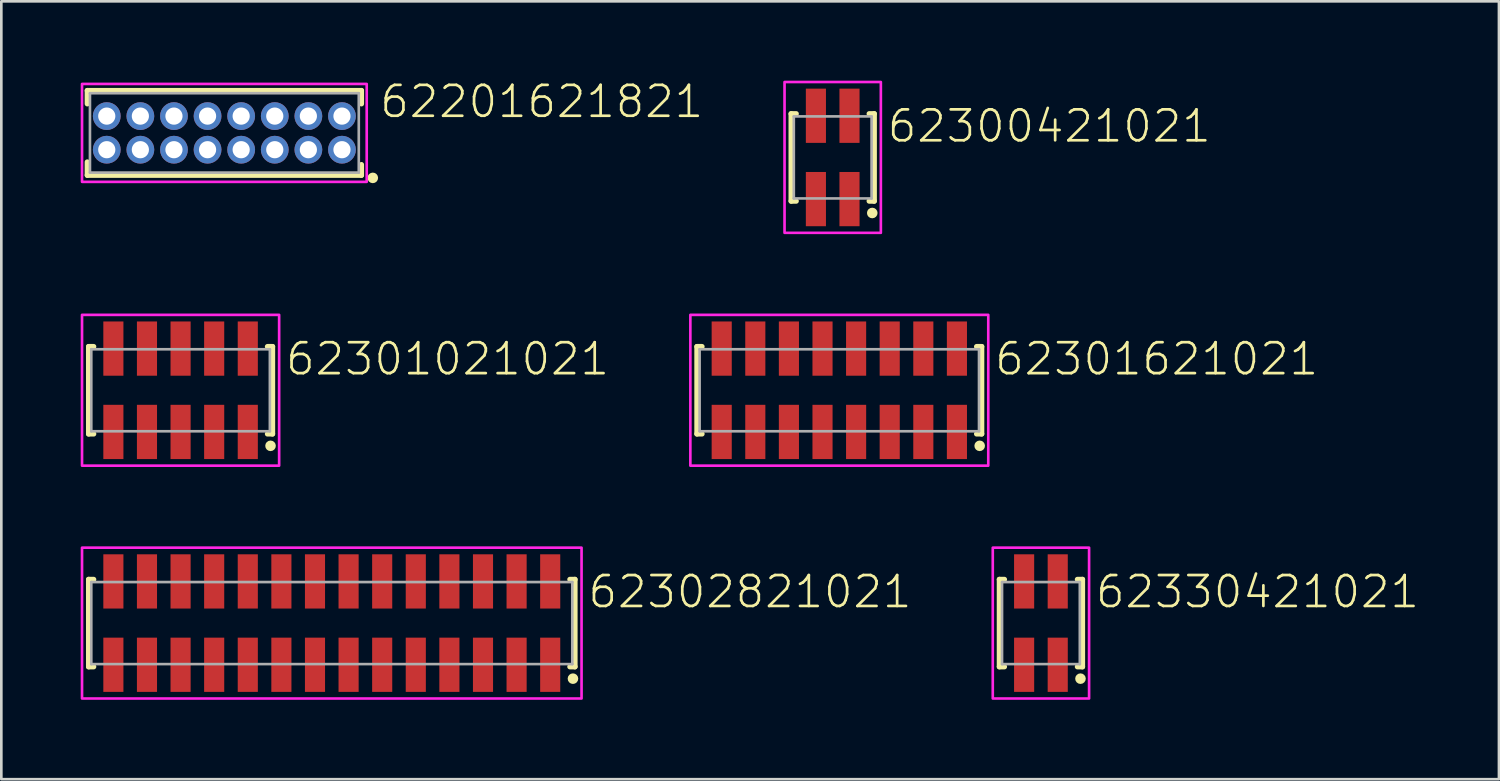
<source format=kicad_pcb>
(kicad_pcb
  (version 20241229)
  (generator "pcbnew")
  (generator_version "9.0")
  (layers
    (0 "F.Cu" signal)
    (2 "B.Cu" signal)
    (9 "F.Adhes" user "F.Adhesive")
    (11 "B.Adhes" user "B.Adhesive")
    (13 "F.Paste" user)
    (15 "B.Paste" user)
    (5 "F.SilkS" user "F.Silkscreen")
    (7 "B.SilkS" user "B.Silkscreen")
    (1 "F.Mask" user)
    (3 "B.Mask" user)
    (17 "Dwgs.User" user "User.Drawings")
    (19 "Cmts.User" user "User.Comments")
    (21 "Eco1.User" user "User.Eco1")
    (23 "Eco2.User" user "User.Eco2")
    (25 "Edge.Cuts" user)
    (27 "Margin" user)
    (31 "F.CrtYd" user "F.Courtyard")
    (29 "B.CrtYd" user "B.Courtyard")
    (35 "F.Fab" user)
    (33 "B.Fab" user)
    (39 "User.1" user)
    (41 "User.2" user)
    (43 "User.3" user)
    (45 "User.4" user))
  (footprint "62301621021"
    (layer "F.Cu")
    (at 28.672 11.7)
    (property "Reference" "62301621021" (at 5.81 -0.5 0) (unlocked yes) (layer "F.SilkS") (effects (font (size 1.168 1.168) (thickness 0.102)) (justify left bottom)))
    (fp_line (start -5.38 -1.65) (end -5.38 1.65) (stroke (width 0.2) (type solid)) (layer "F.SilkS"))
    (fp_line (start -5.38 1.65) (end -5.19 1.65) (stroke (width 0.2) (type solid)) (layer "F.SilkS"))
    (fp_line (start -5.19 -1.65) (end -5.38 -1.65) (stroke (width 0.2) (type solid)) (layer "F.SilkS"))
    (fp_line (start 5.19 -1.65) (end 5.38 -1.65) (stroke (width 0.2) (type solid)) (layer "F.SilkS"))
    (fp_line (start 5.38 -1.65) (end 5.38 1.65) (stroke (width 0.2) (type solid)) (layer "F.SilkS"))
    (fp_line (start 5.38 1.65) (end 5.19 1.65) (stroke (width 0.2) (type solid)) (layer "F.SilkS"))
    (fp_circle (center 5.305 2.1) (end 5.405 2.1) (stroke (width 0.2) (type solid)) (fill no) (layer "F.SilkS"))
    (fp_poly (pts (xy 5.63 2.85) (xy -5.63 2.85) (xy -5.63 -2.85) (xy 5.63 -2.85)) (stroke (width 0.1) (type default)) (fill no) (layer "F.CrtYd"))
    (fp_line (start -5.28 -1.55) (end -5.28 1.55) (stroke (width 0.1) (type solid)) (layer "F.Fab"))
    (fp_line (start -5.28 1.55) (end 5.28 1.55) (stroke (width 0.1) (type solid)) (layer "F.Fab"))
    (fp_line (start 5.28 -1.55) (end -5.28 -1.55) (stroke (width 0.1) (type solid)) (layer "F.Fab"))
    (fp_line (start 5.28 1.55) (end 5.28 -1.55) (stroke (width 0.1) (type solid)) (layer "F.Fab"))
    (pad "1" smd rect (at 4.445 1.575 180) (size 0.76 2.05) (layers "F.Cu" "F.Mask" "F.Paste"))
    (pad "2" smd rect (at 4.445 -1.575 180) (size 0.76 2.05) (layers "F.Cu" "F.Mask" "F.Paste"))
    (pad "3" smd rect (at 3.175 1.575 180) (size 0.76 2.05) (layers "F.Cu" "F.Mask" "F.Paste"))
    (pad "4" smd rect (at 3.175 -1.575 180) (size 0.76 2.05) (layers "F.Cu" "F.Mask" "F.Paste"))
    (pad "5" smd rect (at 1.905 1.575 180) (size 0.76 2.05) (layers "F.Cu" "F.Mask" "F.Paste"))
    (pad "6" smd rect (at 1.905 -1.575 180) (size 0.76 2.05) (layers "F.Cu" "F.Mask" "F.Paste"))
    (pad "7" smd rect (at 0.635 1.575 180) (size 0.76 2.05) (layers "F.Cu" "F.Mask" "F.Paste"))
    (pad "8" smd rect (at 0.635 -1.575 180) (size 0.76 2.05) (layers "F.Cu" "F.Mask" "F.Paste"))
    (pad "9" smd rect (at -0.635 1.575 180) (size 0.76 2.05) (layers "F.Cu" "F.Mask" "F.Paste"))
    (pad "10" smd rect (at -0.635 -1.575 180) (size 0.76 2.05) (layers "F.Cu" "F.Mask" "F.Paste"))
    (pad "11" smd rect (at -1.905 1.575 180) (size 0.76 2.05) (layers "F.Cu" "F.Mask" "F.Paste"))
    (pad "12" smd rect (at -1.905 -1.575 180) (size 0.76 2.05) (layers "F.Cu" "F.Mask" "F.Paste"))
    (pad "13" smd rect (at -3.175 1.575 180) (size 0.76 2.05) (layers "F.Cu" "F.Mask" "F.Paste"))
    (pad "14" smd rect (at -3.175 -1.575 180) (size 0.76 2.05) (layers "F.Cu" "F.Mask" "F.Paste"))
    (pad "15" smd rect (at -4.445 1.575 180) (size 0.76 2.05) (layers "F.Cu" "F.Mask" "F.Paste"))
    (pad "16" smd rect (at -4.445 -1.575 180) (size 0.76 2.05) (layers "F.Cu" "F.Mask" "F.Paste")))
  (footprint "62300421021"
    (layer "F.Cu")
    (at 28.422 2.9)
    (property "Reference" "62300421021" (at 2 -0.5 0) (unlocked yes) (layer "F.SilkS") (effects (font (size 1.168 1.168) (thickness 0.102)) (justify left bottom)))
    (fp_line (start -1.57 -1.65) (end -1.57 1.65) (stroke (width 0.2) (type solid)) (layer "F.SilkS"))
    (fp_line (start -1.57 1.65) (end -1.38 1.65) (stroke (width 0.2) (type solid)) (layer "F.SilkS"))
    (fp_line (start -1.38 -1.65) (end -1.57 -1.65) (stroke (width 0.2) (type solid)) (layer "F.SilkS"))
    (fp_line (start 1.38 -1.65) (end 1.57 -1.65) (stroke (width 0.2) (type solid)) (layer "F.SilkS"))
    (fp_line (start 1.57 -1.65) (end 1.57 1.65) (stroke (width 0.2) (type solid)) (layer "F.SilkS"))
    (fp_line (start 1.57 1.65) (end 1.38 1.65) (stroke (width 0.2) (type solid)) (layer "F.SilkS"))
    (fp_circle (center 1.495 2.1) (end 1.595 2.1) (stroke (width 0.2) (type solid)) (fill no) (layer "F.SilkS"))
    (fp_poly (pts (xy 1.82 2.85) (xy -1.82 2.85) (xy -1.82 -2.85) (xy 1.82 -2.85)) (stroke (width 0.1) (type default)) (fill no) (layer "F.CrtYd"))
    (fp_line (start -1.47 -1.55) (end -1.47 1.55) (stroke (width 0.1) (type solid)) (layer "F.Fab"))
    (fp_line (start -1.47 1.55) (end 1.47 1.55) (stroke (width 0.1) (type solid)) (layer "F.Fab"))
    (fp_line (start 1.47 -1.55) (end -1.47 -1.55) (stroke (width 0.1) (type solid)) (layer "F.Fab"))
    (fp_line (start 1.47 1.55) (end 1.47 -1.55) (stroke (width 0.1) (type solid)) (layer "F.Fab"))
    (pad "1" smd rect (at 0.635 1.575 180) (size 0.76 2.05) (layers "F.Cu" "F.Mask" "F.Paste"))
    (pad "2" smd rect (at 0.635 -1.575 180) (size 0.76 2.05) (layers "F.Cu" "F.Mask" "F.Paste"))
    (pad "3" smd rect (at -0.635 1.575 180) (size 0.76 2.05) (layers "F.Cu" "F.Mask" "F.Paste"))
    (pad "4" smd rect (at -0.635 -1.575 180) (size 0.76 2.05) (layers "F.Cu" "F.Mask" "F.Paste")))
  (footprint "62302821021"
    (layer "F.Cu")
    (at 9.49 20.5)
    (property "Reference" "62302821021" (at 9.62 -0.5 0) (unlocked yes) (layer "F.SilkS") (effects (font (size 1.168 1.168) (thickness 0.102)) (justify left bottom)))
    (fp_line (start -9.19 -1.65) (end -9.19 1.65) (stroke (width 0.2) (type solid)) (layer "F.SilkS"))
    (fp_line (start -9.19 1.65) (end -9 1.65) (stroke (width 0.2) (type solid)) (layer "F.SilkS"))
    (fp_line (start -9 -1.65) (end -9.19 -1.65) (stroke (width 0.2) (type solid)) (layer "F.SilkS"))
    (fp_line (start 9 -1.65) (end 9.19 -1.65) (stroke (width 0.2) (type solid)) (layer "F.SilkS"))
    (fp_line (start 9.19 -1.65) (end 9.19 1.65) (stroke (width 0.2) (type solid)) (layer "F.SilkS"))
    (fp_line (start 9.19 1.65) (end 9 1.65) (stroke (width 0.2) (type solid)) (layer "F.SilkS"))
    (fp_circle (center 9.115 2.1) (end 9.215 2.1) (stroke (width 0.2) (type solid)) (fill no) (layer "F.SilkS"))
    (fp_poly (pts (xy 9.44 2.85) (xy -9.44 2.85) (xy -9.44 -2.85) (xy 9.44 -2.85)) (stroke (width 0.1) (type default)) (fill no) (layer "F.CrtYd"))
    (fp_line (start -9.09 -1.55) (end -9.09 1.55) (stroke (width 0.1) (type solid)) (layer "F.Fab"))
    (fp_line (start -9.09 1.55) (end 9.09 1.55) (stroke (width 0.1) (type solid)) (layer "F.Fab"))
    (fp_line (start 9.09 -1.55) (end -9.09 -1.55) (stroke (width 0.1) (type solid)) (layer "F.Fab"))
    (fp_line (start 9.09 1.55) (end 9.09 -1.55) (stroke (width 0.1) (type solid)) (layer "F.Fab"))
    (pad "1" smd rect (at 8.255 1.575 180) (size 0.76 2.05) (layers "F.Cu" "F.Mask" "F.Paste"))
    (pad "2" smd rect (at 8.255 -1.575 180) (size 0.76 2.05) (layers "F.Cu" "F.Mask" "F.Paste"))
    (pad "3" smd rect (at 6.985 1.575 180) (size 0.76 2.05) (layers "F.Cu" "F.Mask" "F.Paste"))
    (pad "4" smd rect (at 6.985 -1.575 180) (size 0.76 2.05) (layers "F.Cu" "F.Mask" "F.Paste"))
    (pad "5" smd rect (at 5.715 1.575 180) (size 0.76 2.05) (layers "F.Cu" "F.Mask" "F.Paste"))
    (pad "6" smd rect (at 5.715 -1.575 180) (size 0.76 2.05) (layers "F.Cu" "F.Mask" "F.Paste"))
    (pad "7" smd rect (at 4.445 1.575 180) (size 0.76 2.05) (layers "F.Cu" "F.Mask" "F.Paste"))
    (pad "8" smd rect (at 4.445 -1.575 180) (size 0.76 2.05) (layers "F.Cu" "F.Mask" "F.Paste"))
    (pad "9" smd rect (at 3.175 1.575 180) (size 0.76 2.05) (layers "F.Cu" "F.Mask" "F.Paste"))
    (pad "10" smd rect (at 3.175 -1.575 180) (size 0.76 2.05) (layers "F.Cu" "F.Mask" "F.Paste"))
    (pad "11" smd rect (at 1.905 1.575 180) (size 0.76 2.05) (layers "F.Cu" "F.Mask" "F.Paste"))
    (pad "12" smd rect (at 1.905 -1.575 180) (size 0.76 2.05) (layers "F.Cu" "F.Mask" "F.Paste"))
    (pad "13" smd rect (at 0.635 1.575 180) (size 0.76 2.05) (layers "F.Cu" "F.Mask" "F.Paste"))
    (pad "14" smd rect (at 0.635 -1.575 180) (size 0.76 2.05) (layers "F.Cu" "F.Mask" "F.Paste"))
    (pad "15" smd rect (at -0.635 1.575 180) (size 0.76 2.05) (layers "F.Cu" "F.Mask" "F.Paste"))
    (pad "16" smd rect (at -0.635 -1.575 180) (size 0.76 2.05) (layers "F.Cu" "F.Mask" "F.Paste"))
    (pad "17" smd rect (at -1.905 1.575 180) (size 0.76 2.05) (layers "F.Cu" "F.Mask" "F.Paste"))
    (pad "18" smd rect (at -1.905 -1.575 180) (size 0.76 2.05) (layers "F.Cu" "F.Mask" "F.Paste"))
    (pad "19" smd rect (at -3.175 1.575 180) (size 0.76 2.05) (layers "F.Cu" "F.Mask" "F.Paste"))
    (pad "20" smd rect (at -3.175 -1.575 180) (size 0.76 2.05) (layers "F.Cu" "F.Mask" "F.Paste"))
    (pad "21" smd rect (at -4.445 1.575 180) (size 0.76 2.05) (layers "F.Cu" "F.Mask" "F.Paste"))
    (pad "22" smd rect (at -4.445 -1.575 180) (size 0.76 2.05) (layers "F.Cu" "F.Mask" "F.Paste"))
    (pad "23" smd rect (at -5.715 1.575 180) (size 0.76 2.05) (layers "F.Cu" "F.Mask" "F.Paste"))
    (pad "24" smd rect (at -5.715 -1.575 180) (size 0.76 2.05) (layers "F.Cu" "F.Mask" "F.Paste"))
    (pad "25" smd rect (at -6.985 1.575 180) (size 0.76 2.05) (layers "F.Cu" "F.Mask" "F.Paste"))
    (pad "26" smd rect (at -6.985 -1.575 180) (size 0.76 2.05) (layers "F.Cu" "F.Mask" "F.Paste"))
    (pad "27" smd rect (at -8.255 1.575 180) (size 0.76 2.05) (layers "F.Cu" "F.Mask" "F.Paste"))
    (pad "28" smd rect (at -8.255 -1.575 180) (size 0.76 2.05) (layers "F.Cu" "F.Mask" "F.Paste")))
  (footprint "62201621821"
    (layer "F.Cu")
    (at 5.43 1.973)
    (property "Reference" "62201621821" (at 5.81 -0.5 0) (unlocked yes) (layer "F.SilkS") (effects (font (size 1.168 1.168) (thickness 0.102)) (justify left bottom)))
    (fp_line (start -5.18 -1.6) (end 5.18 -1.6) (stroke (width 0.2) (type solid)) (layer "F.SilkS"))
    (fp_line (start -5.18 -1.1) (end -5.18 -1.6) (stroke (width 0.2) (type solid)) (layer "F.SilkS"))
    (fp_line (start -5.18 1.1) (end -5.18 1.6) (stroke (width 0.2) (type solid)) (layer "F.SilkS"))
    (fp_line (start -5.18 1.6) (end 5.18 1.6) (stroke (width 0.2) (type solid)) (layer "F.SilkS"))
    (fp_line (start 5.18 -1.6) (end 5.18 -1.1) (stroke (width 0.2) (type solid)) (layer "F.SilkS"))
    (fp_line (start 5.18 1.6) (end 5.18 1.2) (stroke (width 0.2) (type solid)) (layer "F.SilkS"))
    (fp_circle (center 5.61 1.7) (end 5.71 1.7) (stroke (width 0.2) (type solid)) (fill no) (layer "F.SilkS"))
    (fp_poly (pts (xy 5.38 1.85) (xy -5.38 1.85) (xy -5.38 -1.85) (xy 5.38 -1.85)) (stroke (width 0.1) (type default)) (fill no) (layer "F.CrtYd"))
    (fp_line (start -5.08 -1.5) (end -5.08 1.5) (stroke (width 0.1) (type solid)) (layer "F.Fab"))
    (fp_line (start -5.08 1.5) (end 5.08 1.5) (stroke (width 0.1) (type solid)) (layer "F.Fab"))
    (fp_line (start 5.08 -1.5) (end -5.08 -1.5) (stroke (width 0.1) (type solid)) (layer "F.Fab"))
    (fp_line (start 5.08 1.5) (end 5.08 -1.5) (stroke (width 0.1) (type solid)) (layer "F.Fab"))
    (pad "1" thru_hole circle (at 4.445 0.635 180) (size 1.05 1.05) (drill 0.65) (layers "*.Cu" "*.Mask"))
    (pad "2" thru_hole circle (at 4.445 -0.635 180) (size 1.05 1.05) (drill 0.65) (layers "*.Cu" "*.Mask"))
    (pad "3" thru_hole circle (at 3.175 0.635 180) (size 1.05 1.05) (drill 0.65) (layers "*.Cu" "*.Mask"))
    (pad "4" thru_hole circle (at 3.175 -0.635 180) (size 1.05 1.05) (drill 0.65) (layers "*.Cu" "*.Mask"))
    (pad "5" thru_hole circle (at 1.905 0.635 180) (size 1.05 1.05) (drill 0.65) (layers "*.Cu" "*.Mask"))
    (pad "6" thru_hole circle (at 1.905 -0.635 180) (size 1.05 1.05) (drill 0.65) (layers "*.Cu" "*.Mask"))
    (pad "7" thru_hole circle (at 0.635 0.635 180) (size 1.05 1.05) (drill 0.65) (layers "*.Cu" "*.Mask"))
    (pad "8" thru_hole circle (at 0.635 -0.635 180) (size 1.05 1.05) (drill 0.65) (layers "*.Cu" "*.Mask"))
    (pad "9" thru_hole circle (at -0.635 0.635 180) (size 1.05 1.05) (drill 0.65) (layers "*.Cu" "*.Mask"))
    (pad "10" thru_hole circle (at -0.635 -0.635 180) (size 1.05 1.05) (drill 0.65) (layers "*.Cu" "*.Mask"))
    (pad "11" thru_hole circle (at -1.905 0.635 180) (size 1.05 1.05) (drill 0.65) (layers "*.Cu" "*.Mask"))
    (pad "12" thru_hole circle (at -1.905 -0.635 180) (size 1.05 1.05) (drill 0.65) (layers "*.Cu" "*.Mask"))
    (pad "13" thru_hole circle (at -3.175 0.635 180) (size 1.05 1.05) (drill 0.65) (layers "*.Cu" "*.Mask"))
    (pad "14" thru_hole circle (at -3.175 -0.635 180) (size 1.05 1.05) (drill 0.65) (layers "*.Cu" "*.Mask"))
    (pad "15" thru_hole circle (at -4.445 -0.635 180) (size 1.05 1.05) (drill 0.65) (layers "*.Cu" "*.Mask"))
    (pad "16" thru_hole circle (at -4.445 0.635 180) (size 1.05 1.05) (drill 0.65) (layers "*.Cu" "*.Mask")))
  (footprint "62330421021"
    (layer "F.Cu")
    (at 36.292 20.5)
    (property "Reference" "62330421021" (at 2 -0.5 0) (unlocked yes) (layer "F.SilkS") (effects (font (size 1.168 1.168) (thickness 0.102)) (justify left bottom)))
    (fp_line (start -1.57 -1.65) (end -1.57 1.65) (stroke (width 0.2) (type solid)) (layer "F.SilkS"))
    (fp_line (start -1.57 1.65) (end -1.38 1.65) (stroke (width 0.2) (type solid)) (layer "F.SilkS"))
    (fp_line (start -1.38 -1.65) (end -1.57 -1.65) (stroke (width 0.2) (type solid)) (layer "F.SilkS"))
    (fp_line (start 1.38 -1.65) (end 1.57 -1.65) (stroke (width 0.2) (type solid)) (layer "F.SilkS"))
    (fp_line (start 1.57 -1.65) (end 1.57 1.65) (stroke (width 0.2) (type solid)) (layer "F.SilkS"))
    (fp_line (start 1.57 1.65) (end 1.38 1.65) (stroke (width 0.2) (type solid)) (layer "F.SilkS"))
    (fp_circle (center 1.495 2.1) (end 1.595 2.1) (stroke (width 0.2) (type solid)) (fill no) (layer "F.SilkS"))
    (fp_poly (pts (xy 1.82 2.85) (xy -1.82 2.85) (xy -1.82 -2.85) (xy 1.82 -2.85)) (stroke (width 0.1) (type default)) (fill no) (layer "F.CrtYd"))
    (fp_line (start -1.47 -1.55) (end -1.47 1.55) (stroke (width 0.1) (type solid)) (layer "F.Fab"))
    (fp_line (start -1.47 1.55) (end 1.47 1.55) (stroke (width 0.1) (type solid)) (layer "F.Fab"))
    (fp_line (start 1.47 -1.55) (end -1.47 -1.55) (stroke (width 0.1) (type solid)) (layer "F.Fab"))
    (fp_line (start 1.47 1.55) (end 1.47 -1.55) (stroke (width 0.1) (type solid)) (layer "F.Fab"))
    (pad "1" smd rect (at 0.635 1.575 180) (size 0.76 2.05) (layers "F.Cu" "F.Mask" "F.Paste"))
    (pad "2" smd rect (at 0.635 -1.575 180) (size 0.76 2.05) (layers "F.Cu" "F.Mask" "F.Paste"))
    (pad "3" smd rect (at -0.635 1.575 180) (size 0.76 2.05) (layers "F.Cu" "F.Mask" "F.Paste"))
    (pad "4" smd rect (at -0.635 -1.575 180) (size 0.76 2.05) (layers "F.Cu" "F.Mask" "F.Paste")))
  (footprint "62301021021"
    (layer "F.Cu")
    (at 3.775 11.7)
    (property "Reference" "62301021021" (at 3.905 -0.5 0) (unlocked yes) (layer "F.SilkS") (effects (font (size 1.168 1.168) (thickness 0.102)) (justify left bottom)))
    (fp_line (start -3.475 -1.65) (end -3.475 1.65) (stroke (width 0.2) (type solid)) (layer "F.SilkS"))
    (fp_line (start -3.475 1.65) (end -3.285 1.65) (stroke (width 0.2) (type solid)) (layer "F.SilkS"))
    (fp_line (start -3.285 -1.65) (end -3.475 -1.65) (stroke (width 0.2) (type solid)) (layer "F.SilkS"))
    (fp_line (start 3.285 -1.65) (end 3.475 -1.65) (stroke (width 0.2) (type solid)) (layer "F.SilkS"))
    (fp_line (start 3.475 -1.65) (end 3.475 1.65) (stroke (width 0.2) (type solid)) (layer "F.SilkS"))
    (fp_line (start 3.475 1.65) (end 3.285 1.65) (stroke (width 0.2) (type solid)) (layer "F.SilkS"))
    (fp_circle (center 3.4 2.1) (end 3.5 2.1) (stroke (width 0.2) (type solid)) (fill no) (layer "F.SilkS"))
    (fp_poly (pts (xy 3.725 2.85) (xy -3.725 2.85) (xy -3.725 -2.85) (xy 3.725 -2.85)) (stroke (width 0.1) (type default)) (fill no) (layer "F.CrtYd"))
    (fp_line (start -3.375 -1.55) (end -3.375 1.55) (stroke (width 0.1) (type solid)) (layer "F.Fab"))
    (fp_line (start -3.375 1.55) (end 3.375 1.55) (stroke (width 0.1) (type solid)) (layer "F.Fab"))
    (fp_line (start 3.375 -1.55) (end -3.375 -1.55) (stroke (width 0.1) (type solid)) (layer "F.Fab"))
    (fp_line (start 3.375 1.55) (end 3.375 -1.55) (stroke (width 0.1) (type solid)) (layer "F.Fab"))
    (pad "1" smd rect (at 2.54 1.575 180) (size 0.76 2.05) (layers "F.Cu" "F.Mask" "F.Paste"))
    (pad "2" smd rect (at 2.54 -1.575 180) (size 0.76 2.05) (layers "F.Cu" "F.Mask" "F.Paste"))
    (pad "3" smd rect (at 1.27 1.575 180) (size 0.76 2.05) (layers "F.Cu" "F.Mask" "F.Paste"))
    (pad "4" smd rect (at 1.27 -1.575 180) (size 0.76 2.05) (layers "F.Cu" "F.Mask" "F.Paste"))
    (pad "5" smd rect (at 0 1.575 180) (size 0.76 2.05) (layers "F.Cu" "F.Mask" "F.Paste"))
    (pad "6" smd rect (at 0 -1.575 180) (size 0.76 2.05) (layers "F.Cu" "F.Mask" "F.Paste"))
    (pad "7" smd rect (at -1.27 1.575 180) (size 0.76 2.05) (layers "F.Cu" "F.Mask" "F.Paste"))
    (pad "8" smd rect (at -1.27 -1.575 180) (size 0.76 2.05) (layers "F.Cu" "F.Mask" "F.Paste"))
    (pad "9" smd rect (at -2.54 1.575 180) (size 0.76 2.05) (layers "F.Cu" "F.Mask" "F.Paste"))
    (pad "10" smd rect (at -2.54 -1.575 180) (size 0.76 2.05) (layers "F.Cu" "F.Mask" "F.Paste")))
  (gr_rect
    (start -3 -3)
    (end 53.603 26.4)
    (stroke (width 0.1) (type default))
    (fill no)
    (layer "Edge.Cuts")))
</source>
